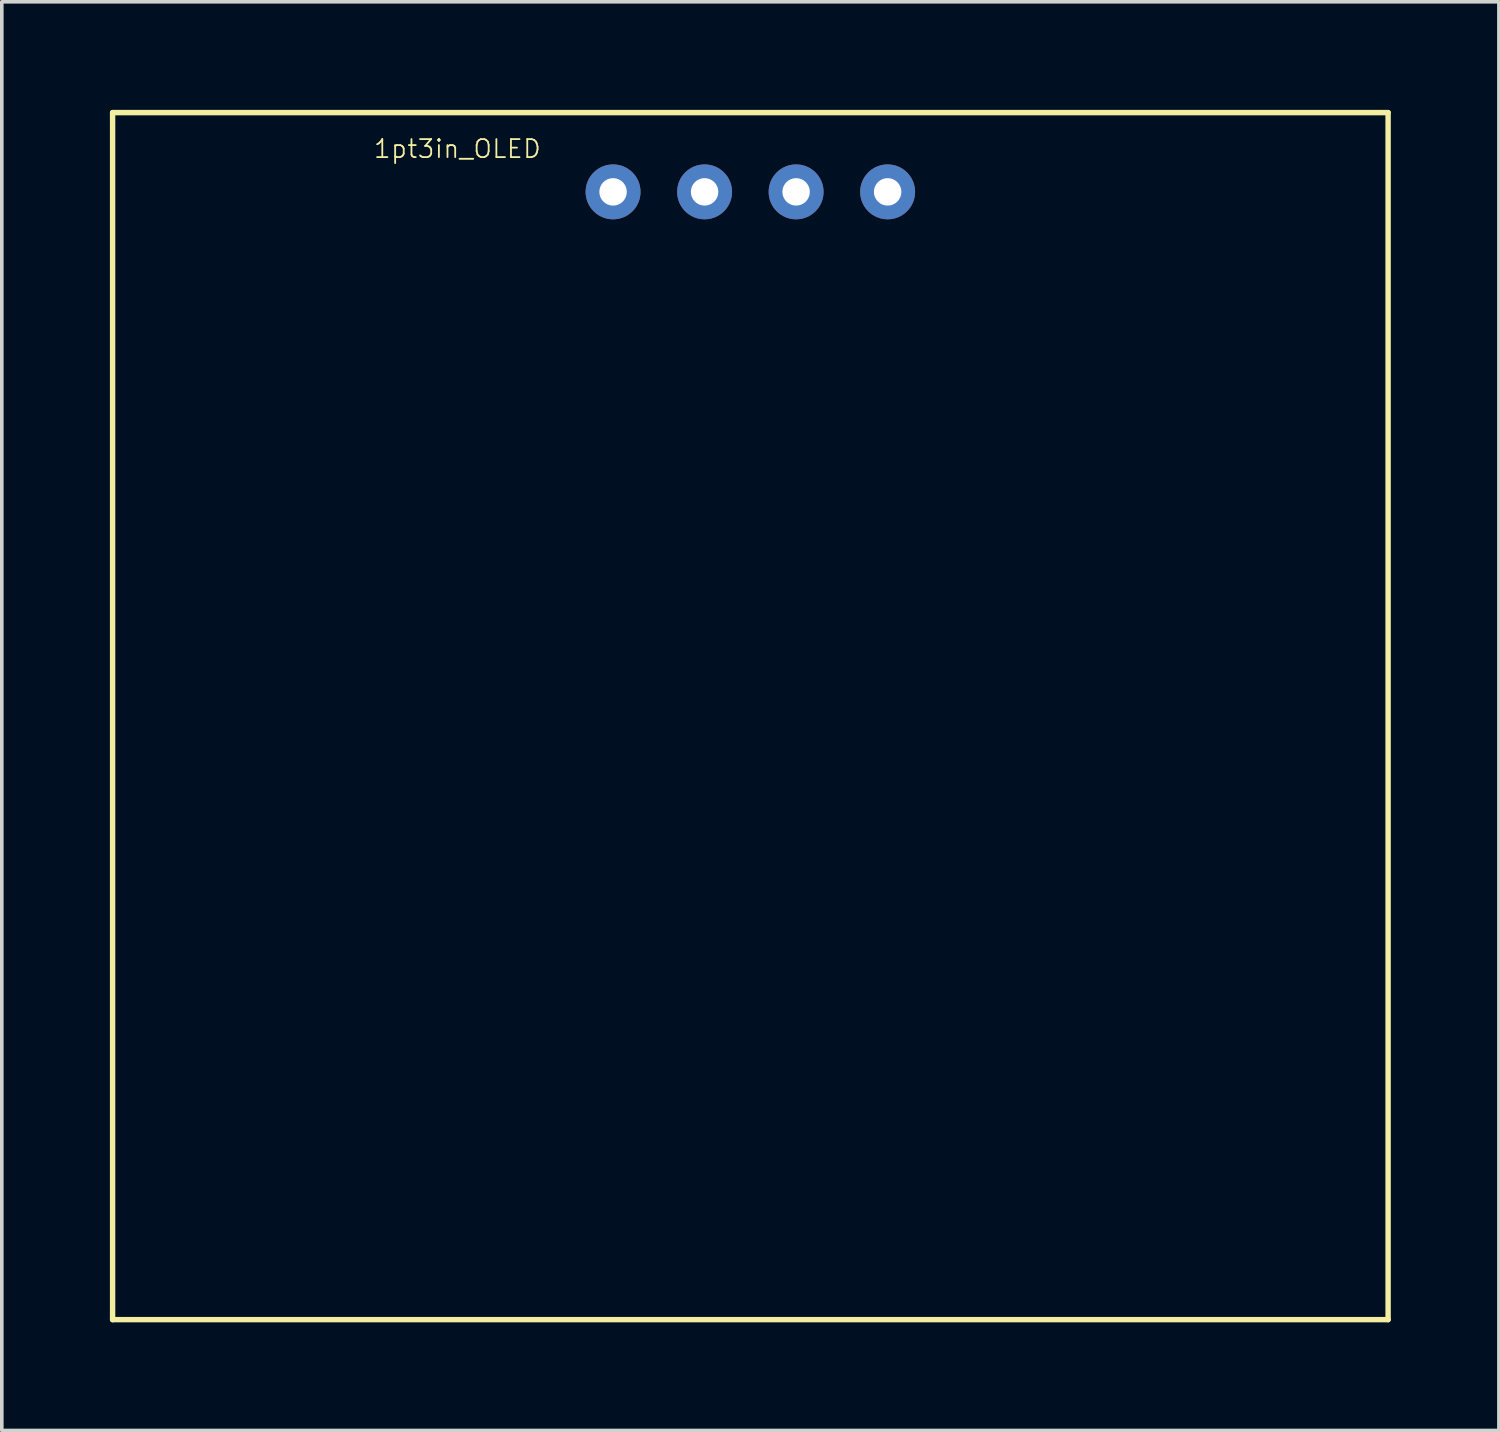
<source format=kicad_pcb>
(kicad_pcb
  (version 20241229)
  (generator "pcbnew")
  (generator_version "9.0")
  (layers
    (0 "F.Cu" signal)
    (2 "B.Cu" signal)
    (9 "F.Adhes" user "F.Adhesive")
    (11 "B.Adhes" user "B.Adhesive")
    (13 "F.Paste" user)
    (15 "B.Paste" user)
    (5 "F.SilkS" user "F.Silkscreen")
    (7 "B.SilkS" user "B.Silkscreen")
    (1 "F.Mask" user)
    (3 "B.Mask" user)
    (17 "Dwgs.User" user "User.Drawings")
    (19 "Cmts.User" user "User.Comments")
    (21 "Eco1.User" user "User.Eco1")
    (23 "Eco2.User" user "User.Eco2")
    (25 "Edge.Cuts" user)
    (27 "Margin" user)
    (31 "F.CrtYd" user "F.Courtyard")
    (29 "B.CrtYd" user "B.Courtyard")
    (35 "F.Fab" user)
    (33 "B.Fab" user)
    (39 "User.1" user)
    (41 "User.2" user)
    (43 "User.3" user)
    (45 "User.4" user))
  (footprint "1pt3in_OLED"
    (layer "F.Cu")
    (at 17.775 2.275)
    (property "Reference" "1pt3in_OLED" (at -8.132 -1.194 0) (layer "F.SilkS") (effects (font (size 0.5 0.5) (thickness 0.05))))
    (attr through_hole exclude_from_bom)
    (fp_line (start -17.7 -2.2) (end -17.7 31.3) (stroke (width 0.15) (type solid)) (layer "F.SilkS"))
    (fp_line (start -17.7 -2.2) (end 17.7 -2.2) (stroke (width 0.15) (type solid)) (layer "F.SilkS"))
    (fp_line (start -17.7 31.3) (end 17.7 31.3) (stroke (width 0.15) (type solid)) (layer "F.SilkS"))
    (fp_line (start 17.7 -2.2) (end 17.7 31.3) (stroke (width 0.15) (type solid)) (layer "F.SilkS"))
    (pad "1" thru_hole circle (at -3.81 0) (size 1.524 1.524) (drill 0.762) (layers "*.Cu" "*.Mask"))
    (pad "2" thru_hole circle (at -1.27 0) (size 1.524 1.524) (drill 0.762) (layers "*.Cu" "*.Mask"))
    (pad "3" thru_hole circle (at 1.27 0) (size 1.524 1.524) (drill 0.762) (layers "*.Cu" "*.Mask"))
    (pad "4" thru_hole circle (at 3.81 0) (size 1.524 1.524) (drill 0.762) (layers "*.Cu" "*.Mask")))
  (gr_rect
    (start -3 -3)
    (end 38.55 36.65)
    (stroke (width 0.1) (type default))
    (fill no)
    (layer "Edge.Cuts")))
</source>
